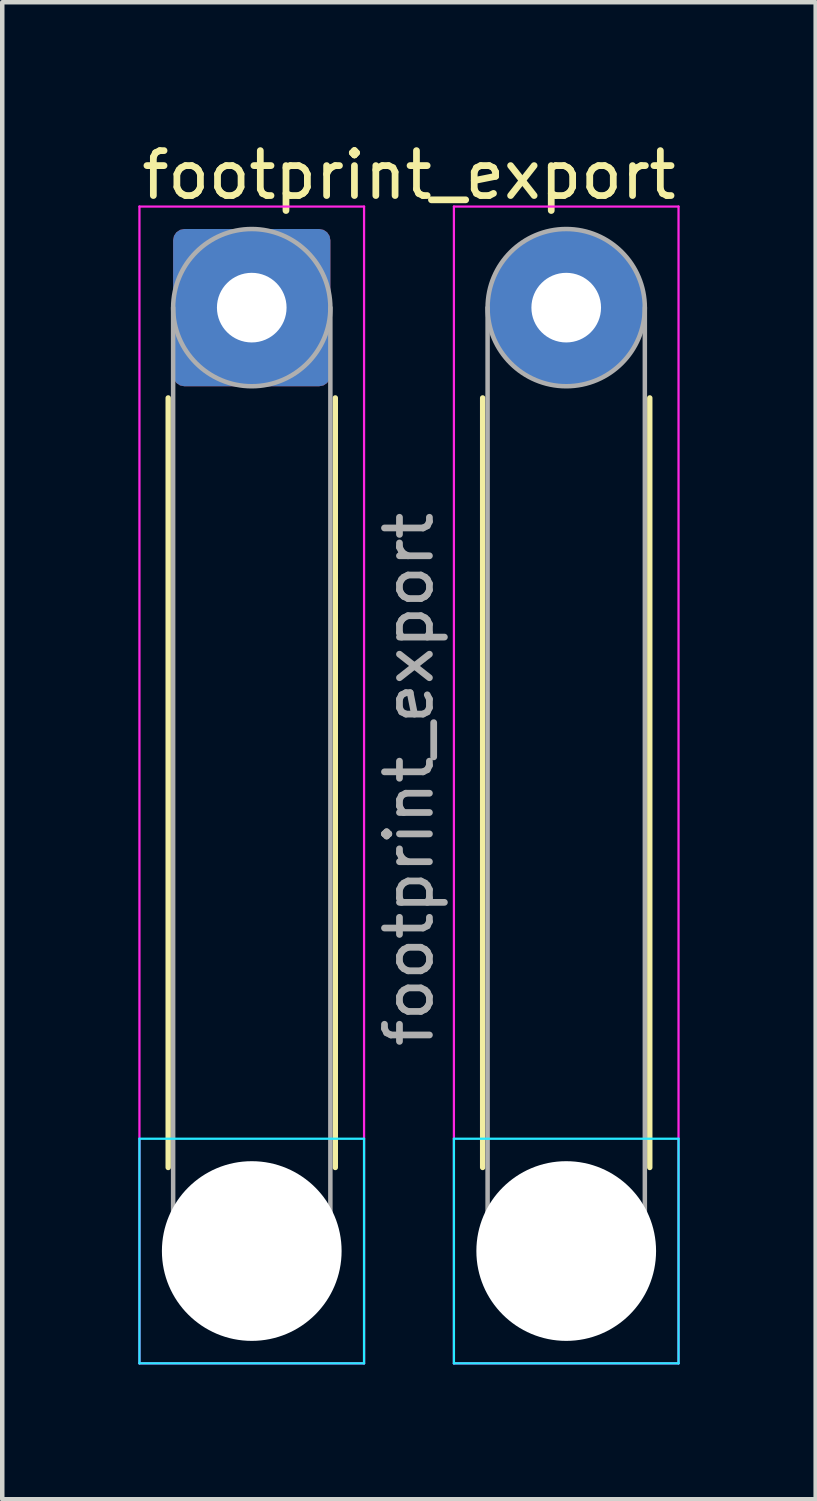
<source format=kicad_pcb>
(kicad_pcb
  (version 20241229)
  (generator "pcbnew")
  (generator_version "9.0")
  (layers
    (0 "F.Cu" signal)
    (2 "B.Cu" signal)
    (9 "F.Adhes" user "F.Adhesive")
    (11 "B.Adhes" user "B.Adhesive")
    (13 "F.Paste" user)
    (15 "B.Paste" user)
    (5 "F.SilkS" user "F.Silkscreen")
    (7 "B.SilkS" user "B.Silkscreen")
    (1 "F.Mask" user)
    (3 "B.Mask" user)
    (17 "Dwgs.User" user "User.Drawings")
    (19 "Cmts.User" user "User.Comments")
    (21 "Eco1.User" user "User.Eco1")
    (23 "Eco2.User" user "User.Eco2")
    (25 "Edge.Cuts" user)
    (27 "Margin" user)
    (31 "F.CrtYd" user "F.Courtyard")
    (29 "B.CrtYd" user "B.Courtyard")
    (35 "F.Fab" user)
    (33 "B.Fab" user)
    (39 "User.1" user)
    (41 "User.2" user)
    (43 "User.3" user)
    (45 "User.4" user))
  (footprint "footprint_export"
    (layer "F.Cu")
    (at 2.554 3.798)
    (property "Reference" "footprint_export" (at 3.5 -2.95 0) (layer "F.SilkS") (effects (font (size 1 1) (thickness 0.15))))
    (attr exclude_from_pos_files exclude_from_bom)
    (fp_line (start -1.86 2.01) (end -1.86 19.14) (stroke (width 0.12) (type solid)) (layer "F.SilkS"))
    (fp_line (start 1.86 2.01) (end 1.86 19.14) (stroke (width 0.12) (type solid)) (layer "F.SilkS"))
    (fp_line (start 5.14 2.01) (end 5.14 19.14) (stroke (width 0.12) (type solid)) (layer "F.SilkS"))
    (fp_line (start 8.86 2.01) (end 8.86 19.14) (stroke (width 0.12) (type solid)) (layer "F.SilkS"))
    (fp_line (start -2.5 18.5) (end -2.5 23.5) (stroke (width 0.05) (type solid)) (layer "B.CrtYd"))
    (fp_line (start -2.5 23.5) (end 2.5 23.5) (stroke (width 0.05) (type solid)) (layer "B.CrtYd"))
    (fp_line (start 2.5 18.5) (end -2.5 18.5) (stroke (width 0.05) (type solid)) (layer "B.CrtYd"))
    (fp_line (start 2.5 23.5) (end 2.5 18.5) (stroke (width 0.05) (type solid)) (layer "B.CrtYd"))
    (fp_line (start 4.5 18.5) (end 4.5 23.5) (stroke (width 0.05) (type solid)) (layer "B.CrtYd"))
    (fp_line (start 4.5 23.5) (end 9.5 23.5) (stroke (width 0.05) (type solid)) (layer "B.CrtYd"))
    (fp_line (start 9.5 18.5) (end 4.5 18.5) (stroke (width 0.05) (type solid)) (layer "B.CrtYd"))
    (fp_line (start 9.5 23.5) (end 9.5 18.5) (stroke (width 0.05) (type solid)) (layer "B.CrtYd"))
    (fp_line (start -2.5 -2.25) (end -2.5 23.5) (stroke (width 0.05) (type solid)) (layer "F.CrtYd"))
    (fp_line (start -2.5 23.5) (end 2.5 23.5) (stroke (width 0.05) (type solid)) (layer "F.CrtYd"))
    (fp_line (start 2.5 -2.25) (end -2.5 -2.25) (stroke (width 0.05) (type solid)) (layer "F.CrtYd"))
    (fp_line (start 2.5 23.5) (end 2.5 -2.25) (stroke (width 0.05) (type solid)) (layer "F.CrtYd"))
    (fp_line (start 4.5 -2.25) (end 4.5 23.5) (stroke (width 0.05) (type solid)) (layer "F.CrtYd"))
    (fp_line (start 4.5 23.5) (end 9.5 23.5) (stroke (width 0.05) (type solid)) (layer "F.CrtYd"))
    (fp_line (start 9.5 -2.25) (end 4.5 -2.25) (stroke (width 0.05) (type solid)) (layer "F.CrtYd"))
    (fp_line (start 9.5 23.5) (end 9.5 -2.25) (stroke (width 0.05) (type solid)) (layer "F.CrtYd"))
    (fp_line (start -1.75 0) (end -1.75 21) (stroke (width 0.1) (type solid)) (layer "F.Fab"))
    (fp_line (start 1.75 0) (end 1.75 21) (stroke (width 0.1) (type solid)) (layer "F.Fab"))
    (fp_line (start 5.25 0) (end 5.25 21) (stroke (width 0.1) (type solid)) (layer "F.Fab"))
    (fp_line (start 8.75 0) (end 8.75 21) (stroke (width 0.1) (type solid)) (layer "F.Fab"))
    (fp_circle (center 0 0) (end 1.75 0) (stroke (width 0.1) (type solid)) (fill no) (layer "F.Fab"))
    (fp_circle (center 0 21) (end 1.75 21) (stroke (width 0.1) (type solid)) (fill no) (layer "F.Fab"))
    (fp_circle (center 7 0) (end 8.75 0) (stroke (width 0.1) (type solid)) (fill no) (layer "F.Fab"))
    (fp_circle (center 7 21) (end 8.75 21) (stroke (width 0.1) (type solid)) (fill no) (layer "F.Fab"))
    (fp_text user "${REFERENCE}" (at 3.5 10.5 90) (layer "F.Fab") (effects (font (size 1 1) (thickness 0.15))))
    (pad "" np_thru_hole circle (at 0 21) (size 4 4) (drill 4) (layers "*.Cu" "*.Mask"))
    (pad "" np_thru_hole circle (at 7 21) (size 4 4) (drill 4) (layers "*.Cu" "*.Mask"))
    (pad "1" thru_hole roundrect (at 0 0) (size 3.5 3.5) (drill 1.55) (layers "*.Cu" "*.Mask") (roundrect_rratio 0.071))
    (pad "2" thru_hole circle (at 7 0) (size 3.5 3.5) (drill 1.55) (layers "*.Cu" "*.Mask")))
  (gr_rect
    (start -3 -3)
    (end 15.107 30.323)
    (stroke (width 0.1) (type default))
    (fill no)
    (layer "Edge.Cuts")))
</source>
